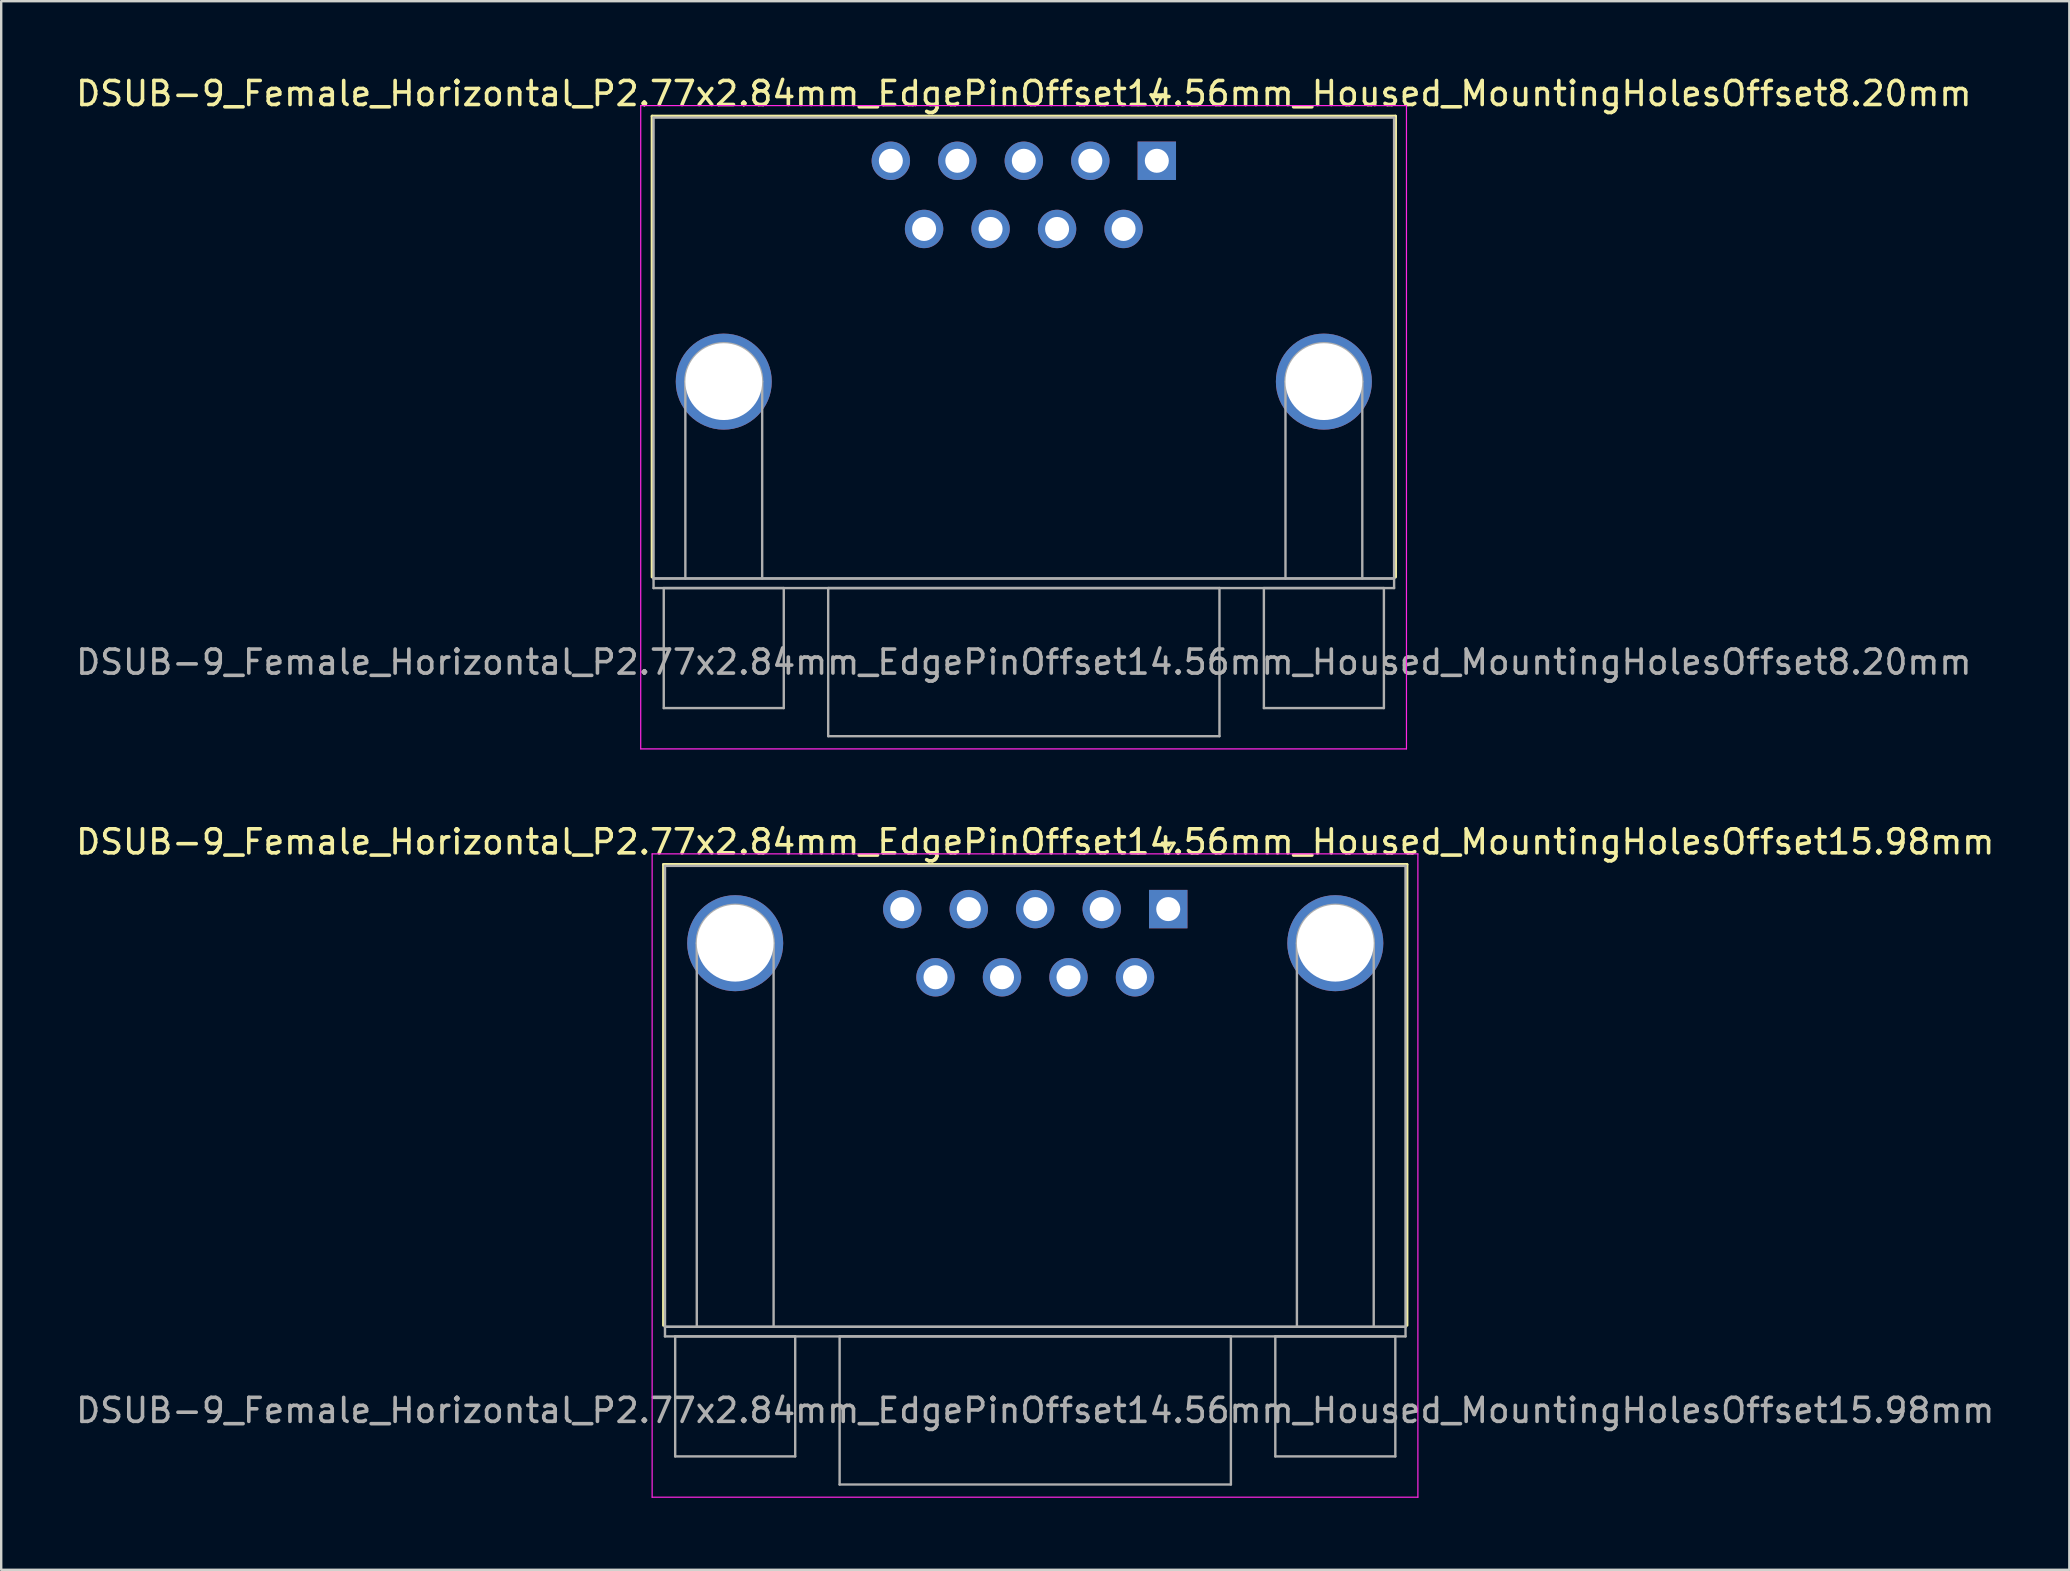
<source format=kicad_pcb>
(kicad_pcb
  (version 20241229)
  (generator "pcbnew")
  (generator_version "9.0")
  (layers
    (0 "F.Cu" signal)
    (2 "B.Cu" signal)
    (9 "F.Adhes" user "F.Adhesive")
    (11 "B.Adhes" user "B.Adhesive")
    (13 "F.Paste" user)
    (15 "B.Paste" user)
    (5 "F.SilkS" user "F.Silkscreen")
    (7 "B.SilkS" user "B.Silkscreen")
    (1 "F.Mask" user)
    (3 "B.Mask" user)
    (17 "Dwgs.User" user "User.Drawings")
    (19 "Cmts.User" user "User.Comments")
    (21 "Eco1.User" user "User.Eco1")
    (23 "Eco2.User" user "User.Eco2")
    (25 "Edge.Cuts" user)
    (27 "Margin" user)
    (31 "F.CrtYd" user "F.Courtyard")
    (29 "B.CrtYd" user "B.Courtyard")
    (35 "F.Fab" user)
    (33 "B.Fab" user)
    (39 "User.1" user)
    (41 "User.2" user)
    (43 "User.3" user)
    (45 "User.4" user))
  (footprint "DSUB-9_Female_Horizontal_P2.77x2.84mm_EdgePinOffset14.56mm_Housed_MountingHolesOffset15.98mm"
    (layer "F.Cu")
    (at 45.617 34.822)
    (property "Reference" "DSUB-9_Female_Horizontal_P2.77x2.84mm_EdgePinOffset14.56mm_Housed_MountingHolesOffset15.98mm" (at -5.54 -2.8 0) (layer "F.SilkS") (effects (font (size 1 1) (thickness 0.15))))
    (attr through_hole)
    (fp_line (start -21.025 -1.86) (end 9.945 -1.86) (stroke (width 0.12) (type solid)) (layer "F.SilkS"))
    (fp_line (start -21.025 17.34) (end -21.025 -1.86) (stroke (width 0.12) (type solid)) (layer "F.SilkS"))
    (fp_line (start -0.25 -2.754) (end 0.25 -2.754) (stroke (width 0.12) (type solid)) (layer "F.SilkS"))
    (fp_line (start 0 -2.321) (end -0.25 -2.754) (stroke (width 0.12) (type solid)) (layer "F.SilkS"))
    (fp_line (start 0.25 -2.754) (end 0 -2.321) (stroke (width 0.12) (type solid)) (layer "F.SilkS"))
    (fp_line (start 9.945 -1.86) (end 9.945 17.34) (stroke (width 0.12) (type solid)) (layer "F.SilkS"))
    (fp_line (start -21.5 -2.3) (end -21.5 24.5) (stroke (width 0.05) (type solid)) (layer "F.CrtYd"))
    (fp_line (start -21.5 24.5) (end 10.4 24.5) (stroke (width 0.05) (type solid)) (layer "F.CrtYd"))
    (fp_line (start 10.4 -2.3) (end -21.5 -2.3) (stroke (width 0.05) (type solid)) (layer "F.CrtYd"))
    (fp_line (start 10.4 24.5) (end 10.4 -2.3) (stroke (width 0.05) (type solid)) (layer "F.CrtYd"))
    (fp_line (start -20.965 -1.8) (end -20.965 17.4) (stroke (width 0.1) (type solid)) (layer "F.Fab"))
    (fp_line (start -20.965 17.4) (end -20.965 17.8) (stroke (width 0.1) (type solid)) (layer "F.Fab"))
    (fp_line (start -20.965 17.4) (end 9.885 17.4) (stroke (width 0.1) (type solid)) (layer "F.Fab"))
    (fp_line (start -20.965 17.8) (end 9.885 17.8) (stroke (width 0.1) (type solid)) (layer "F.Fab"))
    (fp_line (start -20.54 17.8) (end -20.54 22.8) (stroke (width 0.1) (type solid)) (layer "F.Fab"))
    (fp_line (start -20.54 22.8) (end -15.54 22.8) (stroke (width 0.1) (type solid)) (layer "F.Fab"))
    (fp_line (start -19.64 17.4) (end -19.64 1.42) (stroke (width 0.1) (type solid)) (layer "F.Fab"))
    (fp_line (start -16.44 17.4) (end -16.44 1.42) (stroke (width 0.1) (type solid)) (layer "F.Fab"))
    (fp_line (start -15.54 17.8) (end -20.54 17.8) (stroke (width 0.1) (type solid)) (layer "F.Fab"))
    (fp_line (start -15.54 22.8) (end -15.54 17.8) (stroke (width 0.1) (type solid)) (layer "F.Fab"))
    (fp_line (start -13.69 17.8) (end -13.69 23.97) (stroke (width 0.1) (type solid)) (layer "F.Fab"))
    (fp_line (start -13.69 23.97) (end 2.61 23.97) (stroke (width 0.1) (type solid)) (layer "F.Fab"))
    (fp_line (start 2.61 17.8) (end -13.69 17.8) (stroke (width 0.1) (type solid)) (layer "F.Fab"))
    (fp_line (start 2.61 23.97) (end 2.61 17.8) (stroke (width 0.1) (type solid)) (layer "F.Fab"))
    (fp_line (start 4.46 17.8) (end 4.46 22.8) (stroke (width 0.1) (type solid)) (layer "F.Fab"))
    (fp_line (start 4.46 22.8) (end 9.46 22.8) (stroke (width 0.1) (type solid)) (layer "F.Fab"))
    (fp_line (start 5.36 17.4) (end 5.36 1.42) (stroke (width 0.1) (type solid)) (layer "F.Fab"))
    (fp_line (start 8.56 17.4) (end 8.56 1.42) (stroke (width 0.1) (type solid)) (layer "F.Fab"))
    (fp_line (start 9.46 17.8) (end 4.46 17.8) (stroke (width 0.1) (type solid)) (layer "F.Fab"))
    (fp_line (start 9.46 22.8) (end 9.46 17.8) (stroke (width 0.1) (type solid)) (layer "F.Fab"))
    (fp_line (start 9.885 -1.8) (end -20.965 -1.8) (stroke (width 0.1) (type solid)) (layer "F.Fab"))
    (fp_line (start 9.885 17.4) (end -20.965 17.4) (stroke (width 0.1) (type solid)) (layer "F.Fab"))
    (fp_line (start 9.885 17.4) (end 9.885 -1.8) (stroke (width 0.1) (type solid)) (layer "F.Fab"))
    (fp_line (start 9.885 17.8) (end 9.885 17.4) (stroke (width 0.1) (type solid)) (layer "F.Fab"))
    (fp_arc (start -19.64 1.42) (mid -18.04 -0.18) (end -16.44 1.42) (stroke (width 0.1) (type solid)) (layer "F.Fab"))
    (fp_arc (start 5.36 1.42) (mid 6.96 -0.18) (end 8.56 1.42) (stroke (width 0.1) (type solid)) (layer "F.Fab"))
    (fp_text user "${REFERENCE}" (at -5.54 20.885 0) (layer "F.Fab") (effects (font (size 1 1) (thickness 0.15))))
    (pad "0" thru_hole circle (at -18.04 1.42) (size 4 4) (drill 3.2) (layers "*.Cu" "*.Mask"))
    (pad "0" thru_hole circle (at 6.96 1.42) (size 4 4) (drill 3.2) (layers "*.Cu" "*.Mask"))
    (pad "1" thru_hole rect (at 0 0) (size 1.6 1.6) (drill 1) (layers "*.Cu" "*.Mask"))
    (pad "2" thru_hole circle (at -2.77 0) (size 1.6 1.6) (drill 1) (layers "*.Cu" "*.Mask"))
    (pad "3" thru_hole circle (at -5.54 0) (size 1.6 1.6) (drill 1) (layers "*.Cu" "*.Mask"))
    (pad "4" thru_hole circle (at -8.31 0) (size 1.6 1.6) (drill 1) (layers "*.Cu" "*.Mask"))
    (pad "5" thru_hole circle (at -11.08 0) (size 1.6 1.6) (drill 1) (layers "*.Cu" "*.Mask"))
    (pad "6" thru_hole circle (at -1.385 2.84) (size 1.6 1.6) (drill 1) (layers "*.Cu" "*.Mask"))
    (pad "7" thru_hole circle (at -4.155 2.84) (size 1.6 1.6) (drill 1) (layers "*.Cu" "*.Mask"))
    (pad "8" thru_hole circle (at -6.925 2.84) (size 1.6 1.6) (drill 1) (layers "*.Cu" "*.Mask"))
    (pad "9" thru_hole circle (at -9.695 2.84) (size 1.6 1.6) (drill 1) (layers "*.Cu" "*.Mask")))
  (footprint "DSUB-9_Female_Horizontal_P2.77x2.84mm_EdgePinOffset14.56mm_Housed_MountingHolesOffset8.20mm"
    (layer "F.Cu")
    (at 45.141 3.648)
    (property "Reference" "DSUB-9_Female_Horizontal_P2.77x2.84mm_EdgePinOffset14.56mm_Housed_MountingHolesOffset8.20mm" (at -5.54 -2.8 0) (layer "F.SilkS") (effects (font (size 1 1) (thickness 0.15))))
    (attr through_hole)
    (fp_line (start -21.025 -1.86) (end 9.945 -1.86) (stroke (width 0.12) (type solid)) (layer "F.SilkS"))
    (fp_line (start -21.025 17.34) (end -21.025 -1.86) (stroke (width 0.12) (type solid)) (layer "F.SilkS"))
    (fp_line (start -0.25 -2.754) (end 0.25 -2.754) (stroke (width 0.12) (type solid)) (layer "F.SilkS"))
    (fp_line (start 0 -2.321) (end -0.25 -2.754) (stroke (width 0.12) (type solid)) (layer "F.SilkS"))
    (fp_line (start 0.25 -2.754) (end 0 -2.321) (stroke (width 0.12) (type solid)) (layer "F.SilkS"))
    (fp_line (start 9.945 -1.86) (end 9.945 17.34) (stroke (width 0.12) (type solid)) (layer "F.SilkS"))
    (fp_line (start -21.5 -2.3) (end -21.5 24.5) (stroke (width 0.05) (type solid)) (layer "F.CrtYd"))
    (fp_line (start -21.5 24.5) (end 10.4 24.5) (stroke (width 0.05) (type solid)) (layer "F.CrtYd"))
    (fp_line (start 10.4 -2.3) (end -21.5 -2.3) (stroke (width 0.05) (type solid)) (layer "F.CrtYd"))
    (fp_line (start 10.4 24.5) (end 10.4 -2.3) (stroke (width 0.05) (type solid)) (layer "F.CrtYd"))
    (fp_line (start -20.965 -1.8) (end -20.965 17.4) (stroke (width 0.1) (type solid)) (layer "F.Fab"))
    (fp_line (start -20.965 17.4) (end -20.965 17.8) (stroke (width 0.1) (type solid)) (layer "F.Fab"))
    (fp_line (start -20.965 17.4) (end 9.885 17.4) (stroke (width 0.1) (type solid)) (layer "F.Fab"))
    (fp_line (start -20.965 17.8) (end 9.885 17.8) (stroke (width 0.1) (type solid)) (layer "F.Fab"))
    (fp_line (start -20.54 17.8) (end -20.54 22.8) (stroke (width 0.1) (type solid)) (layer "F.Fab"))
    (fp_line (start -20.54 22.8) (end -15.54 22.8) (stroke (width 0.1) (type solid)) (layer "F.Fab"))
    (fp_line (start -19.64 17.4) (end -19.64 9.2) (stroke (width 0.1) (type solid)) (layer "F.Fab"))
    (fp_line (start -16.44 17.4) (end -16.44 9.2) (stroke (width 0.1) (type solid)) (layer "F.Fab"))
    (fp_line (start -15.54 17.8) (end -20.54 17.8) (stroke (width 0.1) (type solid)) (layer "F.Fab"))
    (fp_line (start -15.54 22.8) (end -15.54 17.8) (stroke (width 0.1) (type solid)) (layer "F.Fab"))
    (fp_line (start -13.69 17.8) (end -13.69 23.97) (stroke (width 0.1) (type solid)) (layer "F.Fab"))
    (fp_line (start -13.69 23.97) (end 2.61 23.97) (stroke (width 0.1) (type solid)) (layer "F.Fab"))
    (fp_line (start 2.61 17.8) (end -13.69 17.8) (stroke (width 0.1) (type solid)) (layer "F.Fab"))
    (fp_line (start 2.61 23.97) (end 2.61 17.8) (stroke (width 0.1) (type solid)) (layer "F.Fab"))
    (fp_line (start 4.46 17.8) (end 4.46 22.8) (stroke (width 0.1) (type solid)) (layer "F.Fab"))
    (fp_line (start 4.46 22.8) (end 9.46 22.8) (stroke (width 0.1) (type solid)) (layer "F.Fab"))
    (fp_line (start 5.36 17.4) (end 5.36 9.2) (stroke (width 0.1) (type solid)) (layer "F.Fab"))
    (fp_line (start 8.56 17.4) (end 8.56 9.2) (stroke (width 0.1) (type solid)) (layer "F.Fab"))
    (fp_line (start 9.46 17.8) (end 4.46 17.8) (stroke (width 0.1) (type solid)) (layer "F.Fab"))
    (fp_line (start 9.46 22.8) (end 9.46 17.8) (stroke (width 0.1) (type solid)) (layer "F.Fab"))
    (fp_line (start 9.885 -1.8) (end -20.965 -1.8) (stroke (width 0.1) (type solid)) (layer "F.Fab"))
    (fp_line (start 9.885 17.4) (end -20.965 17.4) (stroke (width 0.1) (type solid)) (layer "F.Fab"))
    (fp_line (start 9.885 17.4) (end 9.885 -1.8) (stroke (width 0.1) (type solid)) (layer "F.Fab"))
    (fp_line (start 9.885 17.8) (end 9.885 17.4) (stroke (width 0.1) (type solid)) (layer "F.Fab"))
    (fp_arc (start -19.64 9.2) (mid -18.04 7.6) (end -16.44 9.2) (stroke (width 0.1) (type solid)) (layer "F.Fab"))
    (fp_arc (start 5.36 9.2) (mid 6.96 7.6) (end 8.56 9.2) (stroke (width 0.1) (type solid)) (layer "F.Fab"))
    (fp_text user "${REFERENCE}" (at -5.54 20.885 0) (layer "F.Fab") (effects (font (size 1 1) (thickness 0.15))))
    (pad "0" thru_hole circle (at -18.04 9.2) (size 4 4) (drill 3.2) (layers "*.Cu" "*.Mask"))
    (pad "0" thru_hole circle (at 6.96 9.2) (size 4 4) (drill 3.2) (layers "*.Cu" "*.Mask"))
    (pad "1" thru_hole rect (at 0 0) (size 1.6 1.6) (drill 1) (layers "*.Cu" "*.Mask"))
    (pad "2" thru_hole circle (at -2.77 0) (size 1.6 1.6) (drill 1) (layers "*.Cu" "*.Mask"))
    (pad "3" thru_hole circle (at -5.54 0) (size 1.6 1.6) (drill 1) (layers "*.Cu" "*.Mask"))
    (pad "4" thru_hole circle (at -8.31 0) (size 1.6 1.6) (drill 1) (layers "*.Cu" "*.Mask"))
    (pad "5" thru_hole circle (at -11.08 0) (size 1.6 1.6) (drill 1) (layers "*.Cu" "*.Mask"))
    (pad "6" thru_hole circle (at -1.385 2.84) (size 1.6 1.6) (drill 1) (layers "*.Cu" "*.Mask"))
    (pad "7" thru_hole circle (at -4.155 2.84) (size 1.6 1.6) (drill 1) (layers "*.Cu" "*.Mask"))
    (pad "8" thru_hole circle (at -6.925 2.84) (size 1.6 1.6) (drill 1) (layers "*.Cu" "*.Mask"))
    (pad "9" thru_hole circle (at -9.695 2.84) (size 1.6 1.6) (drill 1) (layers "*.Cu" "*.Mask")))
  (gr_rect
    (start -3 -3)
    (end 83.155 62.346)
    (stroke (width 0.1) (type default))
    (fill no)
    (layer "Edge.Cuts")))
</source>
